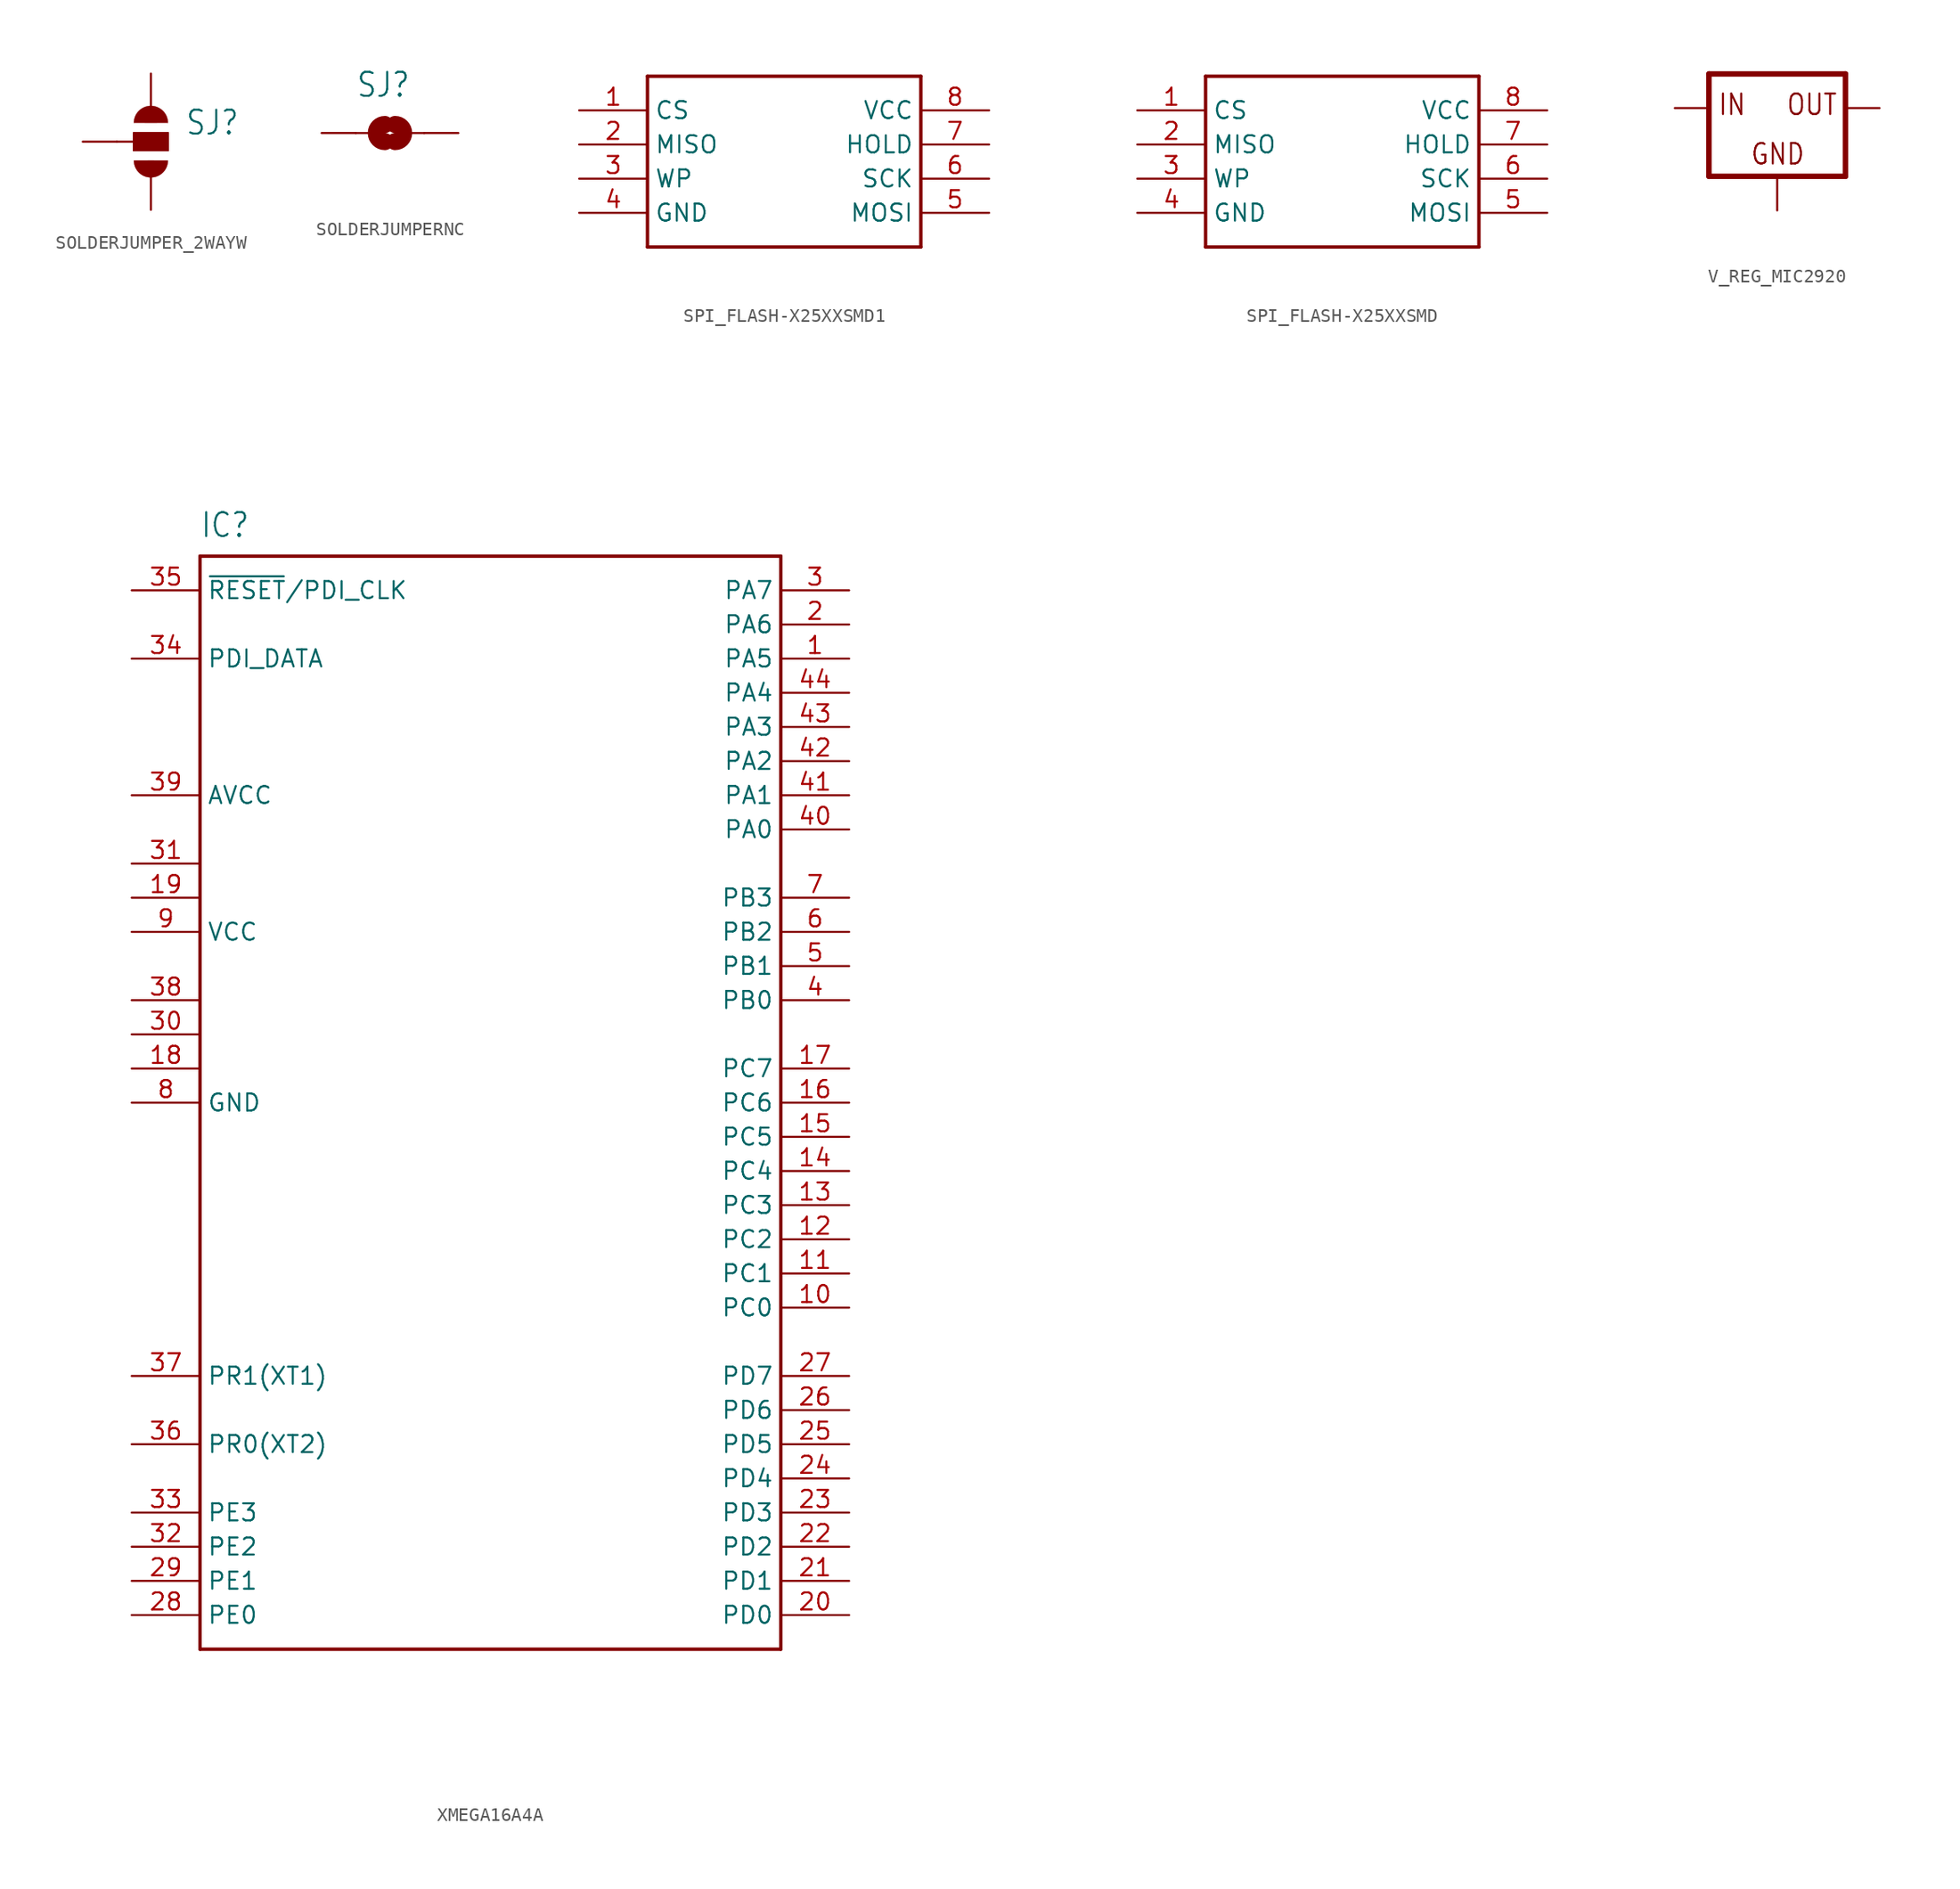
<source format=kicad_sym>
(kicad_symbol_lib
  (version 20220914)
  (generator kicad_symbol_editor)
  (symbol "SOLDERJUMPER_2WAYW"
    (property "Reference" "SJ"
      (at 2.54 0.381 0)
      (effects (font (size 1.778 1.511)) (justify left bottom)))
    (property "Value" ""
      (at 2.54 -1.905 0)
      (effects (font (size 1.778 1.511)) (justify left bottom)))
    (property "ki_locked" ""
      (at 0 0 0)
      (effects (font (size 1.27 1.27))))
    (symbol "SOLDERJUMPER_2WAYW_1_0"
      (arc (start -1.27 -1.397) (mid 0 -2.667) (end 1.27 -1.397) (stroke (width 0.0001) (type solid)) (fill (type outline)))
      (rectangle (start -1.27 -0.635) (end 1.27 0.635) (stroke (width 0) (type default)) (fill (type outline)))
      (polyline (pts (xy -2.54 0) (xy -1.27 0)) (stroke (width 0.152) (type solid)) (fill (type none)))
      (polyline (pts (xy -1.27 -0.635) (xy -1.27 0)) (stroke (width 0.152) (type solid)) (fill (type none)))
      (polyline (pts (xy -1.27 0) (xy -1.27 0.635)) (stroke (width 0.152) (type solid)) (fill (type none)))
      (polyline (pts (xy -1.27 0.635) (xy 1.27 0.635)) (stroke (width 0.152) (type solid)) (fill (type none)))
      (polyline (pts (xy 1.27 -0.635) (xy -1.27 -0.635)) (stroke (width 0.152) (type solid)) (fill (type none)))
      (polyline (pts (xy 1.27 0.635) (xy 1.27 -0.635)) (stroke (width 0.152) (type solid)) (fill (type none)))
      (arc (start 1.27 1.397) (mid 0 2.667) (end -1.27 1.397) (stroke (width 0.0001) (type solid)) (fill (type outline)))
      (pin passive line (at 0 5.08 270) (length 2.54) (name "1" (effects (font (size 0 0)))) (number "1" (effects (font (size 0 0)))))
      (pin passive line (at -5.08 0 0) (length 2.54) (name "2" (effects (font (size 0 0)))) (number "2" (effects (font (size 0 0)))))
      (pin passive line (at 0 -5.08 90) (length 2.54) (name "3" (effects (font (size 0 0)))) (number "3" (effects (font (size 0 0)))))))
  (symbol "SOLDERJUMPERNC"
    (property "Reference" "SJ"
      (at -2.54 2.54 0)
      (effects (font (size 1.778 1.511)) (justify left bottom)))
    (property "Value" ""
      (at -2.54 -5.08 0)
      (effects (font (size 1.778 1.511)) (justify left bottom)))
    (property "ki_locked" ""
      (at 0 0 0)
      (effects (font (size 1.27 1.27))))
    (symbol "SOLDERJUMPERNC_1_0"
      (arc (start -0.3808 0.635) (mid -1.0159 0.0001) (end -0.381 -0.635) (stroke (width 1.27) (type solid)) (fill (type none)))
      (polyline (pts (xy -2.54 0) (xy -1.651 0)) (stroke (width 0.152) (type solid)) (fill (type none)))
      (polyline (pts (xy 2.54 0) (xy 1.651 0)) (stroke (width 0.152) (type solid)) (fill (type none)))
      (arc (start 0.3808 -0.635) (mid 1.0159 -0.0001) (end 0.381 0.635) (stroke (width 1.27) (type solid)) (fill (type none)))
      (pin passive line (at -5.08 0 0) (length 2.54) (name "1" (effects (font (size 0 0)))) (number "1" (effects (font (size 0 0)))))
      (pin passive line (at 5.08 0 180) (length 2.54) (name "2" (effects (font (size 0 0)))) (number "2" (effects (font (size 0 0)))))))
  (symbol "SPI_FLASH-X25XXSMD1"
    (property "Reference" ""
      (at -5.08 7.62 0)
      (effects (font (size 1.27 1.079)) (justify right top) hide))
    (property "Value" ""
      (at -10.16 -10.16 0)
      (effects (font (size 1.27 1.079)) (justify left bottom)))
    (property "ki_locked" ""
      (at 0 0 0)
      (effects (font (size 1.27 1.27))))
    (symbol "SPI_FLASH-X25XXSMD1_1_0"
      (polyline (pts (xy -10.16 -7.62) (xy 10.16 -7.62)) (stroke (width 0.254) (type solid)) (fill (type none)))
      (polyline (pts (xy -10.16 5.08) (xy -10.16 -7.62)) (stroke (width 0.254) (type solid)) (fill (type none)))
      (polyline (pts (xy 10.16 -7.62) (xy 10.16 5.08)) (stroke (width 0.254) (type solid)) (fill (type none)))
      (polyline (pts (xy 10.16 5.08) (xy -10.16 5.08)) (stroke (width 0.254) (type solid)) (fill (type none)))
      (pin bidirectional line (at -15.24 2.54 0) (length 5.08) (name "CS" (effects (font (size 1.27 1.27)))) (number "1" (effects (font (size 1.27 1.27)))))
      (pin bidirectional line (at -15.24 0 0) (length 5.08) (name "MISO" (effects (font (size 1.27 1.27)))) (number "2" (effects (font (size 1.27 1.27)))))
      (pin bidirectional line (at -15.24 -2.54 0) (length 5.08) (name "WP" (effects (font (size 1.27 1.27)))) (number "3" (effects (font (size 1.27 1.27)))))
      (pin bidirectional line (at -15.24 -5.08 0) (length 5.08) (name "GND" (effects (font (size 1.27 1.27)))) (number "4" (effects (font (size 1.27 1.27)))))
      (pin bidirectional line (at 15.24 -5.08 180) (length 5.08) (name "MOSI" (effects (font (size 1.27 1.27)))) (number "5" (effects (font (size 1.27 1.27)))))
      (pin bidirectional line (at 15.24 -2.54 180) (length 5.08) (name "SCK" (effects (font (size 1.27 1.27)))) (number "6" (effects (font (size 1.27 1.27)))))
      (pin bidirectional line (at 15.24 0 180) (length 5.08) (name "HOLD" (effects (font (size 1.27 1.27)))) (number "7" (effects (font (size 1.27 1.27)))))
      (pin bidirectional line (at 15.24 2.54 180) (length 5.08) (name "VCC" (effects (font (size 1.27 1.27)))) (number "8" (effects (font (size 1.27 1.27)))))))
  (symbol "SPI_FLASH-X25XXSMD"
    (property "Reference" ""
      (at -5.08 7.62 0)
      (effects (font (size 1.27 1.079)) (justify right top) hide))
    (property "Value" ""
      (at -10.16 -10.16 0)
      (effects (font (size 1.27 1.079)) (justify left bottom)))
    (property "ki_locked" ""
      (at 0 0 0)
      (effects (font (size 1.27 1.27))))
    (symbol "SPI_FLASH-X25XXSMD_1_0"
      (polyline (pts (xy -10.16 -7.62) (xy 10.16 -7.62)) (stroke (width 0.254) (type solid)) (fill (type none)))
      (polyline (pts (xy -10.16 5.08) (xy -10.16 -7.62)) (stroke (width 0.254) (type solid)) (fill (type none)))
      (polyline (pts (xy 10.16 -7.62) (xy 10.16 5.08)) (stroke (width 0.254) (type solid)) (fill (type none)))
      (polyline (pts (xy 10.16 5.08) (xy -10.16 5.08)) (stroke (width 0.254) (type solid)) (fill (type none)))
      (pin bidirectional line (at -15.24 2.54 0) (length 5.08) (name "CS" (effects (font (size 1.27 1.27)))) (number "1" (effects (font (size 1.27 1.27)))))
      (pin bidirectional line (at -15.24 0 0) (length 5.08) (name "MISO" (effects (font (size 1.27 1.27)))) (number "2" (effects (font (size 1.27 1.27)))))
      (pin bidirectional line (at -15.24 -2.54 0) (length 5.08) (name "WP" (effects (font (size 1.27 1.27)))) (number "3" (effects (font (size 1.27 1.27)))))
      (pin bidirectional line (at -15.24 -5.08 0) (length 5.08) (name "GND" (effects (font (size 1.27 1.27)))) (number "4" (effects (font (size 1.27 1.27)))))
      (pin bidirectional line (at 15.24 -5.08 180) (length 5.08) (name "MOSI" (effects (font (size 1.27 1.27)))) (number "5" (effects (font (size 1.27 1.27)))))
      (pin bidirectional line (at 15.24 -2.54 180) (length 5.08) (name "SCK" (effects (font (size 1.27 1.27)))) (number "6" (effects (font (size 1.27 1.27)))))
      (pin bidirectional line (at 15.24 0 180) (length 5.08) (name "HOLD" (effects (font (size 1.27 1.27)))) (number "7" (effects (font (size 1.27 1.27)))))
      (pin bidirectional line (at 15.24 2.54 180) (length 5.08) (name "VCC" (effects (font (size 1.27 1.27)))) (number "8" (effects (font (size 1.27 1.27)))))))
  (symbol "V_REG_MIC2920"
    (property "Reference" ""
      (at 2.54 -7.62 0)
      (effects (font (size 1.778 1.511)) (justify left bottom) hide))
    (property "Value" ""
      (at 2.54 -10.16 0)
      (effects (font (size 1.778 1.511)) (justify left bottom)))
    (property "ki_locked" ""
      (at 0 0 0)
      (effects (font (size 1.27 1.27))))
    (symbol "V_REG_MIC2920_1_0"
      (polyline (pts (xy -5.08 -5.08) (xy 5.08 -5.08)) (stroke (width 0.406) (type solid)) (fill (type none)))
      (polyline (pts (xy -5.08 2.54) (xy -5.08 -5.08)) (stroke (width 0.406) (type solid)) (fill (type none)))
      (polyline (pts (xy 5.08 -5.08) (xy 5.08 2.54)) (stroke (width 0.406) (type solid)) (fill (type none)))
      (polyline (pts (xy 5.08 2.54) (xy -5.08 2.54)) (stroke (width 0.406) (type solid)) (fill (type none)))
      (text "GND" (at -2.032 -4.318 0) (effects (font (size 1.524 1.295)) (justify left bottom)))
      (text "IN" (at -4.445 -0.635 0) (effects (font (size 1.524 1.295)) (justify left bottom)))
      (text "OUT" (at 0.635 -0.635 0) (effects (font (size 1.524 1.295)) (justify left bottom)))
      (pin input line (at -7.62 0 0) (length 2.54) (name "IN" (effects (font (size 0 0)))) (number "1" (effects (font (size 0 0)))))
      (pin input line (at 0 -7.62 90) (length 2.54) (name "GND" (effects (font (size 0 0)))) (number "2" (effects (font (size 0 0)))))
      (pin output line (at 7.62 0 180) (length 2.54) (name "OUT" (effects (font (size 0 0)))) (number "3" (effects (font (size 0 0)))))))
  (symbol "XMEGA16A4A"
    (property "Reference" "IC"
      (at -20.32 41.91 0)
      (effects (font (size 1.778 1.511)) (justify left bottom)))
    (property "Value" ""
      (at -20.32 -43.18 0)
      (effects (font (size 1.778 1.511)) (justify left bottom)))
    (property "ki_locked" ""
      (at 0 0 0)
      (effects (font (size 1.27 1.27))))
    (symbol "XMEGA16A4A_1_0"
      (polyline (pts (xy -20.32 -40.64) (xy -20.32 40.64)) (stroke (width 0.254) (type solid)) (fill (type none)))
      (polyline (pts (xy -20.32 40.64) (xy 22.86 40.64)) (stroke (width 0.254) (type solid)) (fill (type none)))
      (polyline (pts (xy 22.86 -40.64) (xy -20.32 -40.64)) (stroke (width 0.254) (type solid)) (fill (type none)))
      (polyline (pts (xy 22.86 40.64) (xy 22.86 -40.64)) (stroke (width 0.254) (type solid)) (fill (type none)))
      (pin bidirectional line (at 27.94 33.02 180) (length 5.08) (name "PA5" (effects (font (size 1.27 1.27)))) (number "1" (effects (font (size 1.27 1.27)))))
      (pin bidirectional line (at 27.94 -15.24 180) (length 5.08) (name "PC0" (effects (font (size 1.27 1.27)))) (number "10" (effects (font (size 1.27 1.27)))))
      (pin bidirectional line (at 27.94 -12.7 180) (length 5.08) (name "PC1" (effects (font (size 1.27 1.27)))) (number "11" (effects (font (size 1.27 1.27)))))
      (pin bidirectional line (at 27.94 -10.16 180) (length 5.08) (name "PC2" (effects (font (size 1.27 1.27)))) (number "12" (effects (font (size 1.27 1.27)))))
      (pin bidirectional line (at 27.94 -7.62 180) (length 5.08) (name "PC3" (effects (font (size 1.27 1.27)))) (number "13" (effects (font (size 1.27 1.27)))))
      (pin bidirectional line (at 27.94 -5.08 180) (length 5.08) (name "PC4" (effects (font (size 1.27 1.27)))) (number "14" (effects (font (size 1.27 1.27)))))
      (pin bidirectional line (at 27.94 -2.54 180) (length 5.08) (name "PC5" (effects (font (size 1.27 1.27)))) (number "15" (effects (font (size 1.27 1.27)))))
      (pin bidirectional line (at 27.94 0 180) (length 5.08) (name "PC6" (effects (font (size 1.27 1.27)))) (number "16" (effects (font (size 1.27 1.27)))))
      (pin bidirectional line (at 27.94 2.54 180) (length 5.08) (name "PC7" (effects (font (size 1.27 1.27)))) (number "17" (effects (font (size 1.27 1.27)))))
      (pin power_in line (at -25.4 2.54 0) (length 5.08) (name "GND1" (effects (font (size 0 0)))) (number "18" (effects (font (size 1.27 1.27)))))
      (pin power_in line (at -25.4 15.24 0) (length 5.08) (name "VCC1" (effects (font (size 0 0)))) (number "19" (effects (font (size 1.27 1.27)))))
      (pin bidirectional line (at 27.94 35.56 180) (length 5.08) (name "PA6" (effects (font (size 1.27 1.27)))) (number "2" (effects (font (size 1.27 1.27)))))
      (pin bidirectional line (at 27.94 -38.1 180) (length 5.08) (name "PD0" (effects (font (size 1.27 1.27)))) (number "20" (effects (font (size 1.27 1.27)))))
      (pin bidirectional line (at 27.94 -35.56 180) (length 5.08) (name "PD1" (effects (font (size 1.27 1.27)))) (number "21" (effects (font (size 1.27 1.27)))))
      (pin bidirectional line (at 27.94 -33.02 180) (length 5.08) (name "PD2" (effects (font (size 1.27 1.27)))) (number "22" (effects (font (size 1.27 1.27)))))
      (pin bidirectional line (at 27.94 -30.48 180) (length 5.08) (name "PD3" (effects (font (size 1.27 1.27)))) (number "23" (effects (font (size 1.27 1.27)))))
      (pin bidirectional line (at 27.94 -27.94 180) (length 5.08) (name "PD4" (effects (font (size 1.27 1.27)))) (number "24" (effects (font (size 1.27 1.27)))))
      (pin bidirectional line (at 27.94 -25.4 180) (length 5.08) (name "PD5" (effects (font (size 1.27 1.27)))) (number "25" (effects (font (size 1.27 1.27)))))
      (pin bidirectional line (at 27.94 -22.86 180) (length 5.08) (name "PD6" (effects (font (size 1.27 1.27)))) (number "26" (effects (font (size 1.27 1.27)))))
      (pin bidirectional line (at 27.94 -20.32 180) (length 5.08) (name "PD7" (effects (font (size 1.27 1.27)))) (number "27" (effects (font (size 1.27 1.27)))))
      (pin bidirectional line (at -25.4 -38.1 0) (length 5.08) (name "PE0" (effects (font (size 1.27 1.27)))) (number "28" (effects (font (size 1.27 1.27)))))
      (pin bidirectional line (at -25.4 -35.56 0) (length 5.08) (name "PE1" (effects (font (size 1.27 1.27)))) (number "29" (effects (font (size 1.27 1.27)))))
      (pin bidirectional line (at 27.94 38.1 180) (length 5.08) (name "PA7" (effects (font (size 1.27 1.27)))) (number "3" (effects (font (size 1.27 1.27)))))
      (pin power_in line (at -25.4 5.08 0) (length 5.08) (name "GND2" (effects (font (size 0 0)))) (number "30" (effects (font (size 1.27 1.27)))))
      (pin power_in line (at -25.4 17.78 0) (length 5.08) (name "VCC2" (effects (font (size 0 0)))) (number "31" (effects (font (size 1.27 1.27)))))
      (pin bidirectional line (at -25.4 -33.02 0) (length 5.08) (name "PE2" (effects (font (size 1.27 1.27)))) (number "32" (effects (font (size 1.27 1.27)))))
      (pin bidirectional line (at -25.4 -30.48 0) (length 5.08) (name "PE3" (effects (font (size 1.27 1.27)))) (number "33" (effects (font (size 1.27 1.27)))))
      (pin bidirectional line (at -25.4 33.02 0) (length 5.08) (name "PDI_DATA" (effects (font (size 1.27 1.27)))) (number "34" (effects (font (size 1.27 1.27)))))
      (pin bidirectional line (at -25.4 38.1 0) (length 5.08) (name "~{RESET}/PDI_CLK" (effects (font (size 1.27 1.27)))) (number "35" (effects (font (size 1.27 1.27)))))
      (pin bidirectional line (at -25.4 -25.4 0) (length 5.08) (name "PR0(XT2)" (effects (font (size 1.27 1.27)))) (number "36" (effects (font (size 1.27 1.27)))))
      (pin bidirectional line (at -25.4 -20.32 0) (length 5.08) (name "PR1(XT1)" (effects (font (size 1.27 1.27)))) (number "37" (effects (font (size 1.27 1.27)))))
      (pin power_in line (at -25.4 7.62 0) (length 5.08) (name "GND3" (effects (font (size 0 0)))) (number "38" (effects (font (size 1.27 1.27)))))
      (pin power_in line (at -25.4 22.86 0) (length 5.08) (name "AVCC" (effects (font (size 1.27 1.27)))) (number "39" (effects (font (size 1.27 1.27)))))
      (pin bidirectional line (at 27.94 7.62 180) (length 5.08) (name "PB0" (effects (font (size 1.27 1.27)))) (number "4" (effects (font (size 1.27 1.27)))))
      (pin bidirectional line (at 27.94 20.32 180) (length 5.08) (name "PA0" (effects (font (size 1.27 1.27)))) (number "40" (effects (font (size 1.27 1.27)))))
      (pin bidirectional line (at 27.94 22.86 180) (length 5.08) (name "PA1" (effects (font (size 1.27 1.27)))) (number "41" (effects (font (size 1.27 1.27)))))
      (pin bidirectional line (at 27.94 25.4 180) (length 5.08) (name "PA2" (effects (font (size 1.27 1.27)))) (number "42" (effects (font (size 1.27 1.27)))))
      (pin bidirectional line (at 27.94 27.94 180) (length 5.08) (name "PA3" (effects (font (size 1.27 1.27)))) (number "43" (effects (font (size 1.27 1.27)))))
      (pin bidirectional line (at 27.94 30.48 180) (length 5.08) (name "PA4" (effects (font (size 1.27 1.27)))) (number "44" (effects (font (size 1.27 1.27)))))
      (pin bidirectional line (at 27.94 10.16 180) (length 5.08) (name "PB1" (effects (font (size 1.27 1.27)))) (number "5" (effects (font (size 1.27 1.27)))))
      (pin bidirectional line (at 27.94 12.7 180) (length 5.08) (name "PB2" (effects (font (size 1.27 1.27)))) (number "6" (effects (font (size 1.27 1.27)))))
      (pin bidirectional line (at 27.94 15.24 180) (length 5.08) (name "PB3" (effects (font (size 1.27 1.27)))) (number "7" (effects (font (size 1.27 1.27)))))
      (pin power_in line (at -25.4 0 0) (length 5.08) (name "GND" (effects (font (size 1.27 1.27)))) (number "8" (effects (font (size 1.27 1.27)))))
      (pin power_in line (at -25.4 12.7 0) (length 5.08) (name "VCC" (effects (font (size 1.27 1.27)))) (number "9" (effects (font (size 1.27 1.27))))))))
</source>
